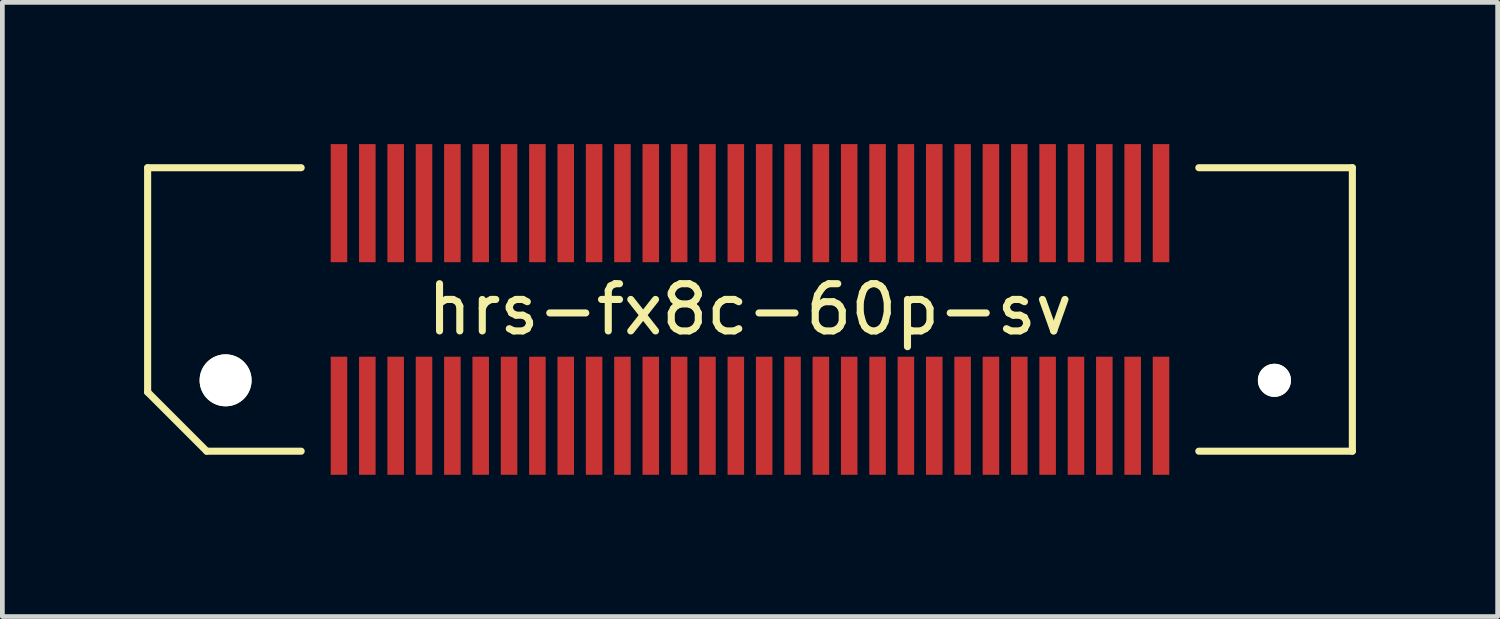
<source format=kicad_pcb>
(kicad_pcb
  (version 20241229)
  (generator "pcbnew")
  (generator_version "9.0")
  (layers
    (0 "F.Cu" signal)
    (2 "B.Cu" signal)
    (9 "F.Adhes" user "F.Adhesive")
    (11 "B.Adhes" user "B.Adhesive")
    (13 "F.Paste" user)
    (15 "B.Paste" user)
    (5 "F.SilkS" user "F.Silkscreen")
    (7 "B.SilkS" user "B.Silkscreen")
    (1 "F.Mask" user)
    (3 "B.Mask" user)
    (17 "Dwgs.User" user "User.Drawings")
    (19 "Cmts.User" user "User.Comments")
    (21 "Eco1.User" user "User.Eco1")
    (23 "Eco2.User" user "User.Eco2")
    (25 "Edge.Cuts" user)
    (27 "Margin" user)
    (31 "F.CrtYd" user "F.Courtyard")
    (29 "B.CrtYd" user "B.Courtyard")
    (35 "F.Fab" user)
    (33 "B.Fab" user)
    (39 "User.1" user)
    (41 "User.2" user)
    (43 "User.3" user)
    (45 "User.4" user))
  (footprint "hrs-fx8c-60p-sv"
    (layer "F.Cu")
    (at 12.825 3.5)
    (property "Reference" "hrs-fx8c-60p-sv" (at 0 0 0) (layer "F.SilkS") (effects (font (size 1 1) (thickness 0.15))))
    (attr through_hole)
    (fp_line (start -12.75 -3) (end -12.75 1.75) (stroke (width 0.15) (type solid)) (layer "F.SilkS"))
    (fp_line (start -11.5 3) (end -12.75 1.75) (stroke (width 0.15) (type solid)) (layer "F.SilkS"))
    (fp_line (start -11.5 3) (end -9.5 3) (stroke (width 0.15) (type solid)) (layer "F.SilkS"))
    (fp_line (start -9.5 -3) (end -12.75 -3) (stroke (width 0.15) (type solid)) (layer "F.SilkS"))
    (fp_line (start 9.5 -3) (end 12.75 -3) (stroke (width 0.15) (type solid)) (layer "F.SilkS"))
    (fp_line (start 12.75 -3) (end 12.75 3) (stroke (width 0.15) (type solid)) (layer "F.SilkS"))
    (fp_line (start 12.75 3) (end 9.5 3) (stroke (width 0.15) (type solid)) (layer "F.SilkS"))
    (pad "" np_thru_hole circle (at -11.1 1.5) (size 1.1 1.1) (drill 1.1) (layers "*.Cu" "*.Mask" "F.SilkS"))
    (pad "" np_thru_hole circle (at 11.1 1.5) (size 0.7 0.7) (drill 0.7) (layers "*.Cu" "*.Mask" "F.SilkS"))
    (pad "1" smd rect (at -8.7 2.25) (size 0.35 2.5) (layers "F.Cu" "F.Mask" "F.Paste"))
    (pad "2" smd rect (at -8.7 -2.25) (size 0.35 2.5) (layers "F.Cu" "F.Mask" "F.Paste"))
    (pad "3" smd rect (at -8.1 2.25) (size 0.35 2.5) (layers "F.Cu" "F.Mask" "F.Paste"))
    (pad "4" smd rect (at -8.1 -2.25) (size 0.35 2.5) (layers "F.Cu" "F.Mask" "F.Paste"))
    (pad "5" smd rect (at -7.5 2.25) (size 0.35 2.5) (layers "F.Cu" "F.Mask" "F.Paste"))
    (pad "6" smd rect (at -7.5 -2.25) (size 0.35 2.5) (layers "F.Cu" "F.Mask" "F.Paste"))
    (pad "7" smd rect (at -6.9 2.25) (size 0.35 2.5) (layers "F.Cu" "F.Mask" "F.Paste"))
    (pad "8" smd rect (at -6.9 -2.25) (size 0.35 2.5) (layers "F.Cu" "F.Mask" "F.Paste"))
    (pad "9" smd rect (at -6.3 2.25) (size 0.35 2.5) (layers "F.Cu" "F.Mask" "F.Paste"))
    (pad "10" smd rect (at -6.3 -2.25) (size 0.35 2.5) (layers "F.Cu" "F.Mask" "F.Paste"))
    (pad "11" smd rect (at -5.7 2.25) (size 0.35 2.5) (layers "F.Cu" "F.Mask" "F.Paste"))
    (pad "12" smd rect (at -5.7 -2.25) (size 0.35 2.5) (layers "F.Cu" "F.Mask" "F.Paste"))
    (pad "13" smd rect (at -5.1 2.25) (size 0.35 2.5) (layers "F.Cu" "F.Mask" "F.Paste"))
    (pad "14" smd rect (at -5.1 -2.25) (size 0.35 2.5) (layers "F.Cu" "F.Mask" "F.Paste"))
    (pad "15" smd rect (at -4.5 2.25) (size 0.35 2.5) (layers "F.Cu" "F.Mask" "F.Paste"))
    (pad "16" smd rect (at -4.5 -2.25) (size 0.35 2.5) (layers "F.Cu" "F.Mask" "F.Paste"))
    (pad "17" smd rect (at -3.9 2.25) (size 0.35 2.5) (layers "F.Cu" "F.Mask" "F.Paste"))
    (pad "18" smd rect (at -3.9 -2.25) (size 0.35 2.5) (layers "F.Cu" "F.Mask" "F.Paste"))
    (pad "19" smd rect (at -3.3 2.25) (size 0.35 2.5) (layers "F.Cu" "F.Mask" "F.Paste"))
    (pad "20" smd rect (at -3.3 -2.25) (size 0.35 2.5) (layers "F.Cu" "F.Mask" "F.Paste"))
    (pad "21" smd rect (at -2.7 2.25) (size 0.35 2.5) (layers "F.Cu" "F.Mask" "F.Paste"))
    (pad "22" smd rect (at -2.7 -2.25) (size 0.35 2.5) (layers "F.Cu" "F.Mask" "F.Paste"))
    (pad "23" smd rect (at -2.1 2.25) (size 0.35 2.5) (layers "F.Cu" "F.Mask" "F.Paste"))
    (pad "24" smd rect (at -2.1 -2.25) (size 0.35 2.5) (layers "F.Cu" "F.Mask" "F.Paste"))
    (pad "25" smd rect (at -1.5 2.25) (size 0.35 2.5) (layers "F.Cu" "F.Mask" "F.Paste"))
    (pad "26" smd rect (at -1.5 -2.25) (size 0.35 2.5) (layers "F.Cu" "F.Mask" "F.Paste"))
    (pad "27" smd rect (at -0.9 2.25) (size 0.35 2.5) (layers "F.Cu" "F.Mask" "F.Paste"))
    (pad "28" smd rect (at -0.9 -2.25) (size 0.35 2.5) (layers "F.Cu" "F.Mask" "F.Paste"))
    (pad "29" smd rect (at -0.3 2.25) (size 0.35 2.5) (layers "F.Cu" "F.Mask" "F.Paste"))
    (pad "30" smd rect (at -0.3 -2.25) (size 0.35 2.5) (layers "F.Cu" "F.Mask" "F.Paste"))
    (pad "31" smd rect (at 0.3 2.25) (size 0.35 2.5) (layers "F.Cu" "F.Mask" "F.Paste"))
    (pad "32" smd rect (at 0.3 -2.25) (size 0.35 2.5) (layers "F.Cu" "F.Mask" "F.Paste"))
    (pad "33" smd rect (at 0.9 2.25) (size 0.35 2.5) (layers "F.Cu" "F.Mask" "F.Paste"))
    (pad "34" smd rect (at 0.9 -2.25) (size 0.35 2.5) (layers "F.Cu" "F.Mask" "F.Paste"))
    (pad "35" smd rect (at 1.5 2.25) (size 0.35 2.5) (layers "F.Cu" "F.Mask" "F.Paste"))
    (pad "36" smd rect (at 1.5 -2.25) (size 0.35 2.5) (layers "F.Cu" "F.Mask" "F.Paste"))
    (pad "37" smd rect (at 2.1 2.25) (size 0.35 2.5) (layers "F.Cu" "F.Mask" "F.Paste"))
    (pad "38" smd rect (at 2.1 -2.25) (size 0.35 2.5) (layers "F.Cu" "F.Mask" "F.Paste"))
    (pad "39" smd rect (at 2.7 2.25) (size 0.35 2.5) (layers "F.Cu" "F.Mask" "F.Paste"))
    (pad "40" smd rect (at 2.7 -2.25) (size 0.35 2.5) (layers "F.Cu" "F.Mask" "F.Paste"))
    (pad "41" smd rect (at 3.3 2.25) (size 0.35 2.5) (layers "F.Cu" "F.Mask" "F.Paste"))
    (pad "42" smd rect (at 3.3 -2.25) (size 0.35 2.5) (layers "F.Cu" "F.Mask" "F.Paste"))
    (pad "43" smd rect (at 3.9 2.25) (size 0.35 2.5) (layers "F.Cu" "F.Mask" "F.Paste"))
    (pad "44" smd rect (at 3.9 -2.25) (size 0.35 2.5) (layers "F.Cu" "F.Mask" "F.Paste"))
    (pad "45" smd rect (at 4.5 2.25) (size 0.35 2.5) (layers "F.Cu" "F.Mask" "F.Paste"))
    (pad "46" smd rect (at 4.5 -2.25) (size 0.35 2.5) (layers "F.Cu" "F.Mask" "F.Paste"))
    (pad "47" smd rect (at 5.1 2.25) (size 0.35 2.5) (layers "F.Cu" "F.Mask" "F.Paste"))
    (pad "48" smd rect (at 5.1 -2.25) (size 0.35 2.5) (layers "F.Cu" "F.Mask" "F.Paste"))
    (pad "49" smd rect (at 5.7 2.25) (size 0.35 2.5) (layers "F.Cu" "F.Mask" "F.Paste"))
    (pad "50" smd rect (at 5.7 -2.25) (size 0.35 2.5) (layers "F.Cu" "F.Mask" "F.Paste"))
    (pad "51" smd rect (at 6.3 2.25) (size 0.35 2.5) (layers "F.Cu" "F.Mask" "F.Paste"))
    (pad "52" smd rect (at 6.3 -2.25) (size 0.35 2.5) (layers "F.Cu" "F.Mask" "F.Paste"))
    (pad "53" smd rect (at 6.9 2.25) (size 0.35 2.5) (layers "F.Cu" "F.Mask" "F.Paste"))
    (pad "54" smd rect (at 6.9 -2.25) (size 0.35 2.5) (layers "F.Cu" "F.Mask" "F.Paste"))
    (pad "55" smd rect (at 7.5 2.25) (size 0.35 2.5) (layers "F.Cu" "F.Mask" "F.Paste"))
    (pad "56" smd rect (at 7.5 -2.25) (size 0.35 2.5) (layers "F.Cu" "F.Mask" "F.Paste"))
    (pad "57" smd rect (at 8.1 2.25) (size 0.35 2.5) (layers "F.Cu" "F.Mask" "F.Paste"))
    (pad "58" smd rect (at 8.1 -2.25) (size 0.35 2.5) (layers "F.Cu" "F.Mask" "F.Paste"))
    (pad "59" smd rect (at 8.7 2.25) (size 0.35 2.5) (layers "F.Cu" "F.Mask" "F.Paste"))
    (pad "60" smd rect (at 8.7 -2.25) (size 0.35 2.5) (layers "F.Cu" "F.Mask" "F.Paste")))
  (gr_rect
    (start -3 -3)
    (end 28.65 10)
    (stroke (width 0.1) (type default))
    (fill no)
    (layer "Edge.Cuts")))
</source>
